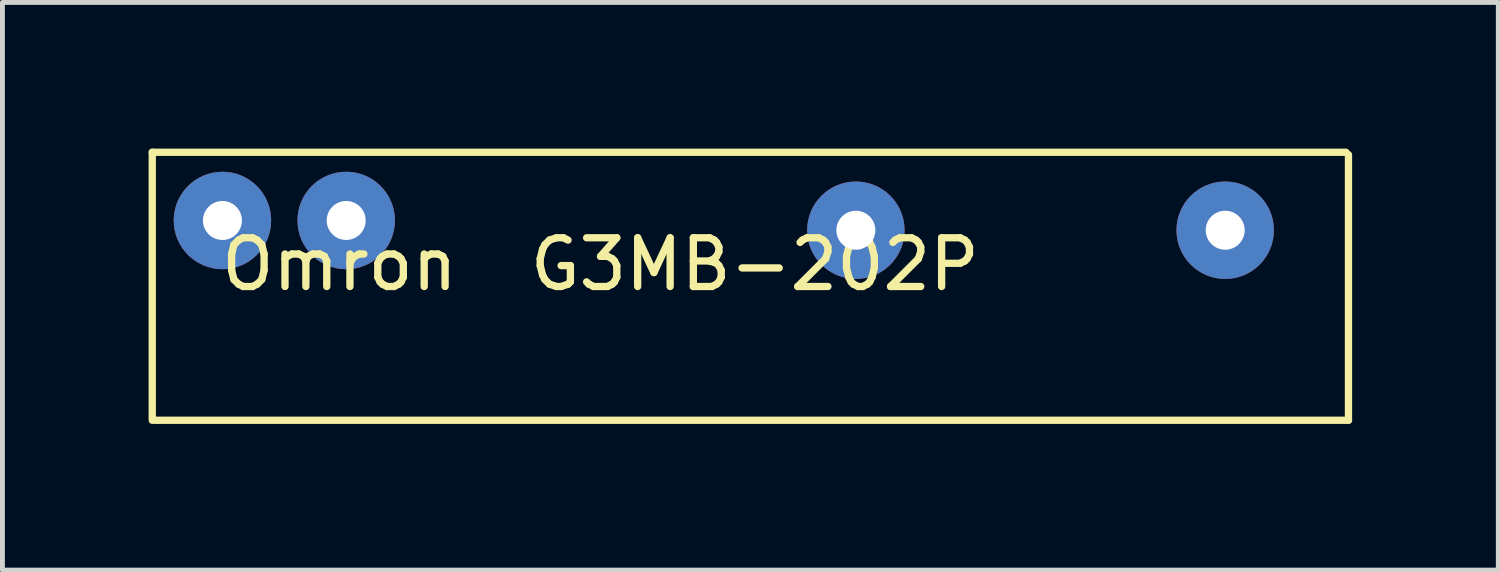
<source format=kicad_pcb>
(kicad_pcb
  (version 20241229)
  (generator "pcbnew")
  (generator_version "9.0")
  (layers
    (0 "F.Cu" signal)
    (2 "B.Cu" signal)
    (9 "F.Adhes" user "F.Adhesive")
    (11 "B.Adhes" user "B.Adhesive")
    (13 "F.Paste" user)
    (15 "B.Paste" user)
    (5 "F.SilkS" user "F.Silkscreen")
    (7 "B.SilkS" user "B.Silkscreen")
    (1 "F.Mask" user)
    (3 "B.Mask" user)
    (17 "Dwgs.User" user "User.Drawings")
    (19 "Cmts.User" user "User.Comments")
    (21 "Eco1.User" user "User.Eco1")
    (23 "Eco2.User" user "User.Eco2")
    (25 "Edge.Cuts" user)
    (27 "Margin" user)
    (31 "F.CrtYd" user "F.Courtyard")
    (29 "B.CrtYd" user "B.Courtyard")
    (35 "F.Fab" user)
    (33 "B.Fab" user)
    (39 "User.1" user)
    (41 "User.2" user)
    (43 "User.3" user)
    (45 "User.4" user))
  (footprint "Omron  G3MB-202P"
    (layer "F.Cu")
    (at 11.875 2.875)
    (property "Reference" "Omron  G3MB-202P" (at -2.6 -0.5 0) (layer "F.SilkS") (effects (font (size 1 1) (thickness 0.15))))
    (attr through_hole)
    (fp_line (start -11.8 -2.8) (end -11.8 2.7) (stroke (width 0.15) (type solid)) (layer "F.SilkS"))
    (fp_line (start -11.8 -2.8) (end 12.7 -2.8) (stroke (width 0.15) (type solid)) (layer "F.SilkS"))
    (fp_line (start -11.75 2.7) (end 12.75 2.7) (stroke (width 0.15) (type solid)) (layer "F.SilkS"))
    (fp_line (start 12.75 -2.75) (end 12.75 2.7) (stroke (width 0.15) (type solid)) (layer "F.SilkS"))
    (pad "1" thru_hole circle (at -10.36 -1.4) (size 2 2) (drill 0.8) (layers "*.Cu" "*.Mask"))
    (pad "2" thru_hole circle (at -7.82 -1.4) (size 2 2) (drill 0.8) (layers "*.Cu" "*.Mask"))
    (pad "3" thru_hole circle (at 2.64 -1.2) (size 2 2) (drill 0.8) (layers "*.Cu" "*.Mask"))
    (pad "4" thru_hole circle (at 10.22 -1.2) (size 2 2) (drill 0.8) (layers "*.Cu" "*.Mask")))
  (gr_rect
    (start -3 -3)
    (end 27.7 8.65)
    (stroke (width 0.1) (type default))
    (fill no)
    (layer "Edge.Cuts")))
</source>
